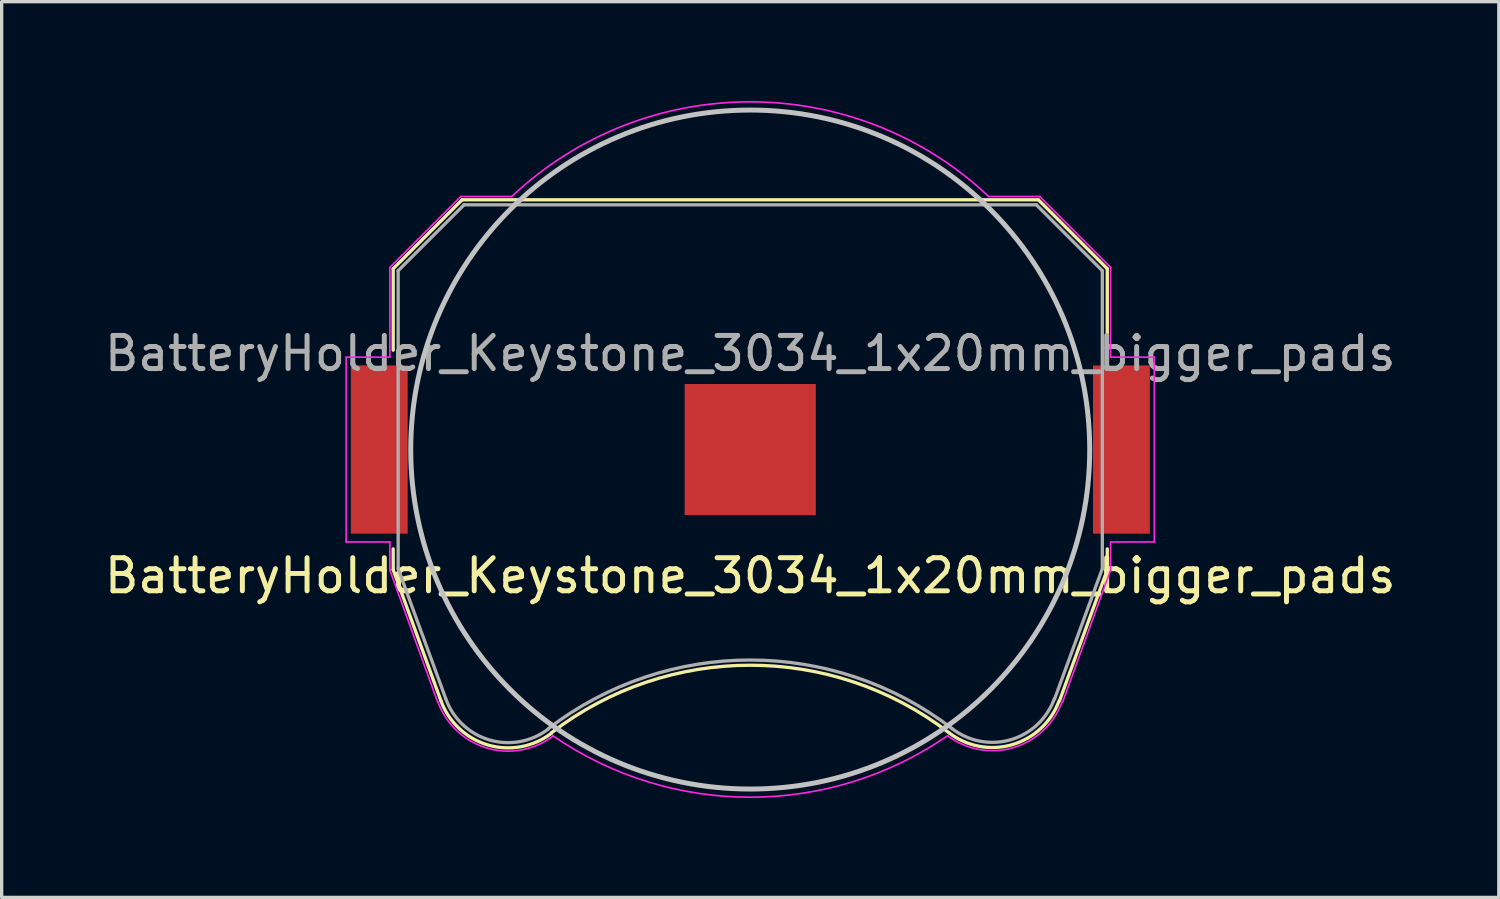
<source format=kicad_pcb>
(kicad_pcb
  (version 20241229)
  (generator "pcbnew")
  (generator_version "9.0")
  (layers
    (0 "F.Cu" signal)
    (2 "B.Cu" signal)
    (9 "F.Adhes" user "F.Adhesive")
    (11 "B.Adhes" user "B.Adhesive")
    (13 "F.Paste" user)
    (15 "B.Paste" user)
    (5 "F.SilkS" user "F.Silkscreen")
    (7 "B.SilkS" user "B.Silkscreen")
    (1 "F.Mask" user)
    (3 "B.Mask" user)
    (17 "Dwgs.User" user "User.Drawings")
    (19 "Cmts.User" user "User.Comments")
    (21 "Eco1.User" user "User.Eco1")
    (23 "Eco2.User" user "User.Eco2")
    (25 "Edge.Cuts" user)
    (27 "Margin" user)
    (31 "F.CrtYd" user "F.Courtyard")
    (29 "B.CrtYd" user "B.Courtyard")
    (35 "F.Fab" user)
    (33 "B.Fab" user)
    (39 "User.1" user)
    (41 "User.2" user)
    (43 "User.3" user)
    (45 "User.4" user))
  (footprint "BatteryHolder_Keystone_3034_1x20mm_bigger_pads"
    (layer "F.Cu")
    (at 19.601 10.523)
    (property "Reference" "BatteryHolder_Keystone_3034_1x20mm_bigger_pads" (at 0 3.81 0) (layer "F.SilkS") (effects (font (size 1 1) (thickness 0.15))))
    (attr smd)
    (fp_line (start -10.78 -5.46) (end -10.78 -3) (stroke (width 0.1) (type solid)) (layer "F.SilkS"))
    (fp_line (start -10.78 3) (end -10.78 3.63) (stroke (width 0.1) (type solid)) (layer "F.SilkS"))
    (fp_line (start -10.78 3.63) (end -9.34 7.58) (stroke (width 0.1) (type solid)) (layer "F.SilkS"))
    (fp_line (start -8.7 -7.54) (end -10.78 -5.46) (stroke (width 0.1) (type solid)) (layer "F.SilkS"))
    (fp_line (start 8.7 -7.54) (end -8.7 -7.54) (stroke (width 0.1) (type solid)) (layer "F.SilkS"))
    (fp_line (start 8.7 -7.54) (end 10.78 -5.46) (stroke (width 0.1) (type solid)) (layer "F.SilkS"))
    (fp_line (start 10.78 -5.46) (end 10.78 -3) (stroke (width 0.1) (type solid)) (layer "F.SilkS"))
    (fp_line (start 10.78 3) (end 10.78 3.63) (stroke (width 0.1) (type solid)) (layer "F.SilkS"))
    (fp_line (start 10.78 3.63) (end 9.34 7.58) (stroke (width 0.1) (type solid)) (layer "F.SilkS"))
    (fp_arc (start -6.0046 8.553536) (mid -0.002901 6.511341) (end 6 8.55) (stroke (width 0.1) (type solid)) (layer "F.SilkS"))
    (fp_arc (start -6.003354 8.56653) (mid -7.921654 8.918738) (end -9.34 7.58) (stroke (width 0.1) (type solid)) (layer "F.SilkS"))
    (fp_arc (start 9.325243 7.588169) (mid 7.90634 8.911668) (end 6 8.55) (stroke (width 0.1) (type solid)) (layer "F.SilkS"))
    (fp_circle (center 0 0) (end 0 10.25) (stroke (width 0.15) (type solid)) (fill no) (layer "Dwgs.User"))
    (fp_line (start -12.2 -2.79) (end -12.2 2.79) (stroke (width 0.05) (type solid)) (layer "F.CrtYd"))
    (fp_line (start -12.2 2.79) (end -10.88 2.79) (stroke (width 0.05) (type solid)) (layer "F.CrtYd"))
    (fp_line (start -10.88 -5.5) (end -10.88 -2.79) (stroke (width 0.05) (type solid)) (layer "F.CrtYd"))
    (fp_line (start -10.88 -2.79) (end -12.2 -2.79) (stroke (width 0.05) (type solid)) (layer "F.CrtYd"))
    (fp_line (start -10.88 2.79) (end -10.88 3.64) (stroke (width 0.05) (type solid)) (layer "F.CrtYd"))
    (fp_line (start -10.88 3.64) (end -9.44 7.62) (stroke (width 0.05) (type solid)) (layer "F.CrtYd"))
    (fp_line (start -8.74 -7.64) (end -10.88 -5.5) (stroke (width 0.05) (type solid)) (layer "F.CrtYd"))
    (fp_line (start -7.2 -7.64) (end -8.74 -7.64) (stroke (width 0.05) (type solid)) (layer "F.CrtYd"))
    (fp_line (start 8.74 -7.64) (end 7.2 -7.64) (stroke (width 0.05) (type solid)) (layer "F.CrtYd"))
    (fp_line (start 9.43 7.63) (end 10.88 3.64) (stroke (width 0.05) (type solid)) (layer "F.CrtYd"))
    (fp_line (start 10.88 -5.5) (end 8.74 -7.64) (stroke (width 0.05) (type solid)) (layer "F.CrtYd"))
    (fp_line (start 10.88 -2.79) (end 10.88 -5.5) (stroke (width 0.05) (type solid)) (layer "F.CrtYd"))
    (fp_line (start 10.88 2.79) (end 12.2 2.79) (stroke (width 0.05) (type solid)) (layer "F.CrtYd"))
    (fp_line (start 10.88 3.64) (end 10.88 2.79) (stroke (width 0.05) (type solid)) (layer "F.CrtYd"))
    (fp_line (start 12.2 -2.79) (end 10.88 -2.79) (stroke (width 0.05) (type solid)) (layer "F.CrtYd"))
    (fp_line (start 12.2 2.79) (end 12.2 -2.79) (stroke (width 0.05) (type solid)) (layer "F.CrtYd"))
    (fp_arc (start -7.199546 -7.640427) (mid 0.000312 -10.498075) (end 7.2 -7.64) (stroke (width 0.05) (type solid)) (layer "F.CrtYd"))
    (fp_arc (start -5.956965 8.654604) (mid -7.953941 9.011629) (end -9.43 7.62) (stroke (width 0.05) (type solid)) (layer "F.CrtYd"))
    (fp_arc (start 5.945368 8.650075) (mid -0.008883 10.496243) (end -5.96 8.64) (stroke (width 0.05) (type solid)) (layer "F.CrtYd"))
    (fp_arc (start 9.415144 7.621341) (mid 7.944017 9.000493) (end 5.96 8.64) (stroke (width 0.05) (type solid)) (layer "F.CrtYd"))
    (fp_line (start -10.63 -5.4) (end -8.64 -7.39) (stroke (width 0.1) (type solid)) (layer "F.Fab"))
    (fp_line (start -10.63 3.6) (end -10.63 -5.4) (stroke (width 0.1) (type solid)) (layer "F.Fab"))
    (fp_line (start -9.19 7.53) (end -10.63 3.6) (stroke (width 0.1) (type solid)) (layer "F.Fab"))
    (fp_line (start -8.64 -7.39) (end 8.64 -7.39) (stroke (width 0.1) (type solid)) (layer "F.Fab"))
    (fp_line (start 8.64 -7.39) (end 10.63 -5.4) (stroke (width 0.1) (type solid)) (layer "F.Fab"))
    (fp_line (start 10.63 -5.4) (end 10.63 3.6) (stroke (width 0.1) (type solid)) (layer "F.Fab"))
    (fp_line (start 10.63 3.6) (end 9.19 7.53) (stroke (width 0.1) (type solid)) (layer "F.Fab"))
    (fp_arc (start -6.096146 8.438508) (mid -7.87328 8.768206) (end -9.19 7.53) (stroke (width 0.1) (type solid)) (layer "F.Fab"))
    (fp_arc (start -6.094852 8.426043) (mid 0.003247 6.355257) (end 6.1 8.43) (stroke (width 0.1) (type solid)) (layer "F.Fab"))
    (fp_arc (start 9.180727 7.528882) (mid 7.868698 8.760067) (end 6.1 8.43) (stroke (width 0.1) (type solid)) (layer "F.Fab"))
    (fp_text user "${REFERENCE}" (at 0 -2.9 0) (layer "F.Fab") (effects (font (size 1 1) (thickness 0.15))))
    (pad "1" smd rect (at -11.2 0) (size 1.715 5.08) (layers "F.Cu" "F.Mask" "F.Paste"))
    (pad "1" smd rect (at 11.207 0) (size 1.715 5.08) (layers "F.Cu" "F.Mask" "F.Paste"))
    (pad "2" smd rect (at 0 0) (size 3.96 3.96) (layers "F.Cu" "F.Mask" "F.Paste")))
  (gr_rect
    (start -3 -3)
    (end 42.202 24.044)
    (stroke (width 0.1) (type default))
    (fill no)
    (layer "Edge.Cuts")))
</source>
